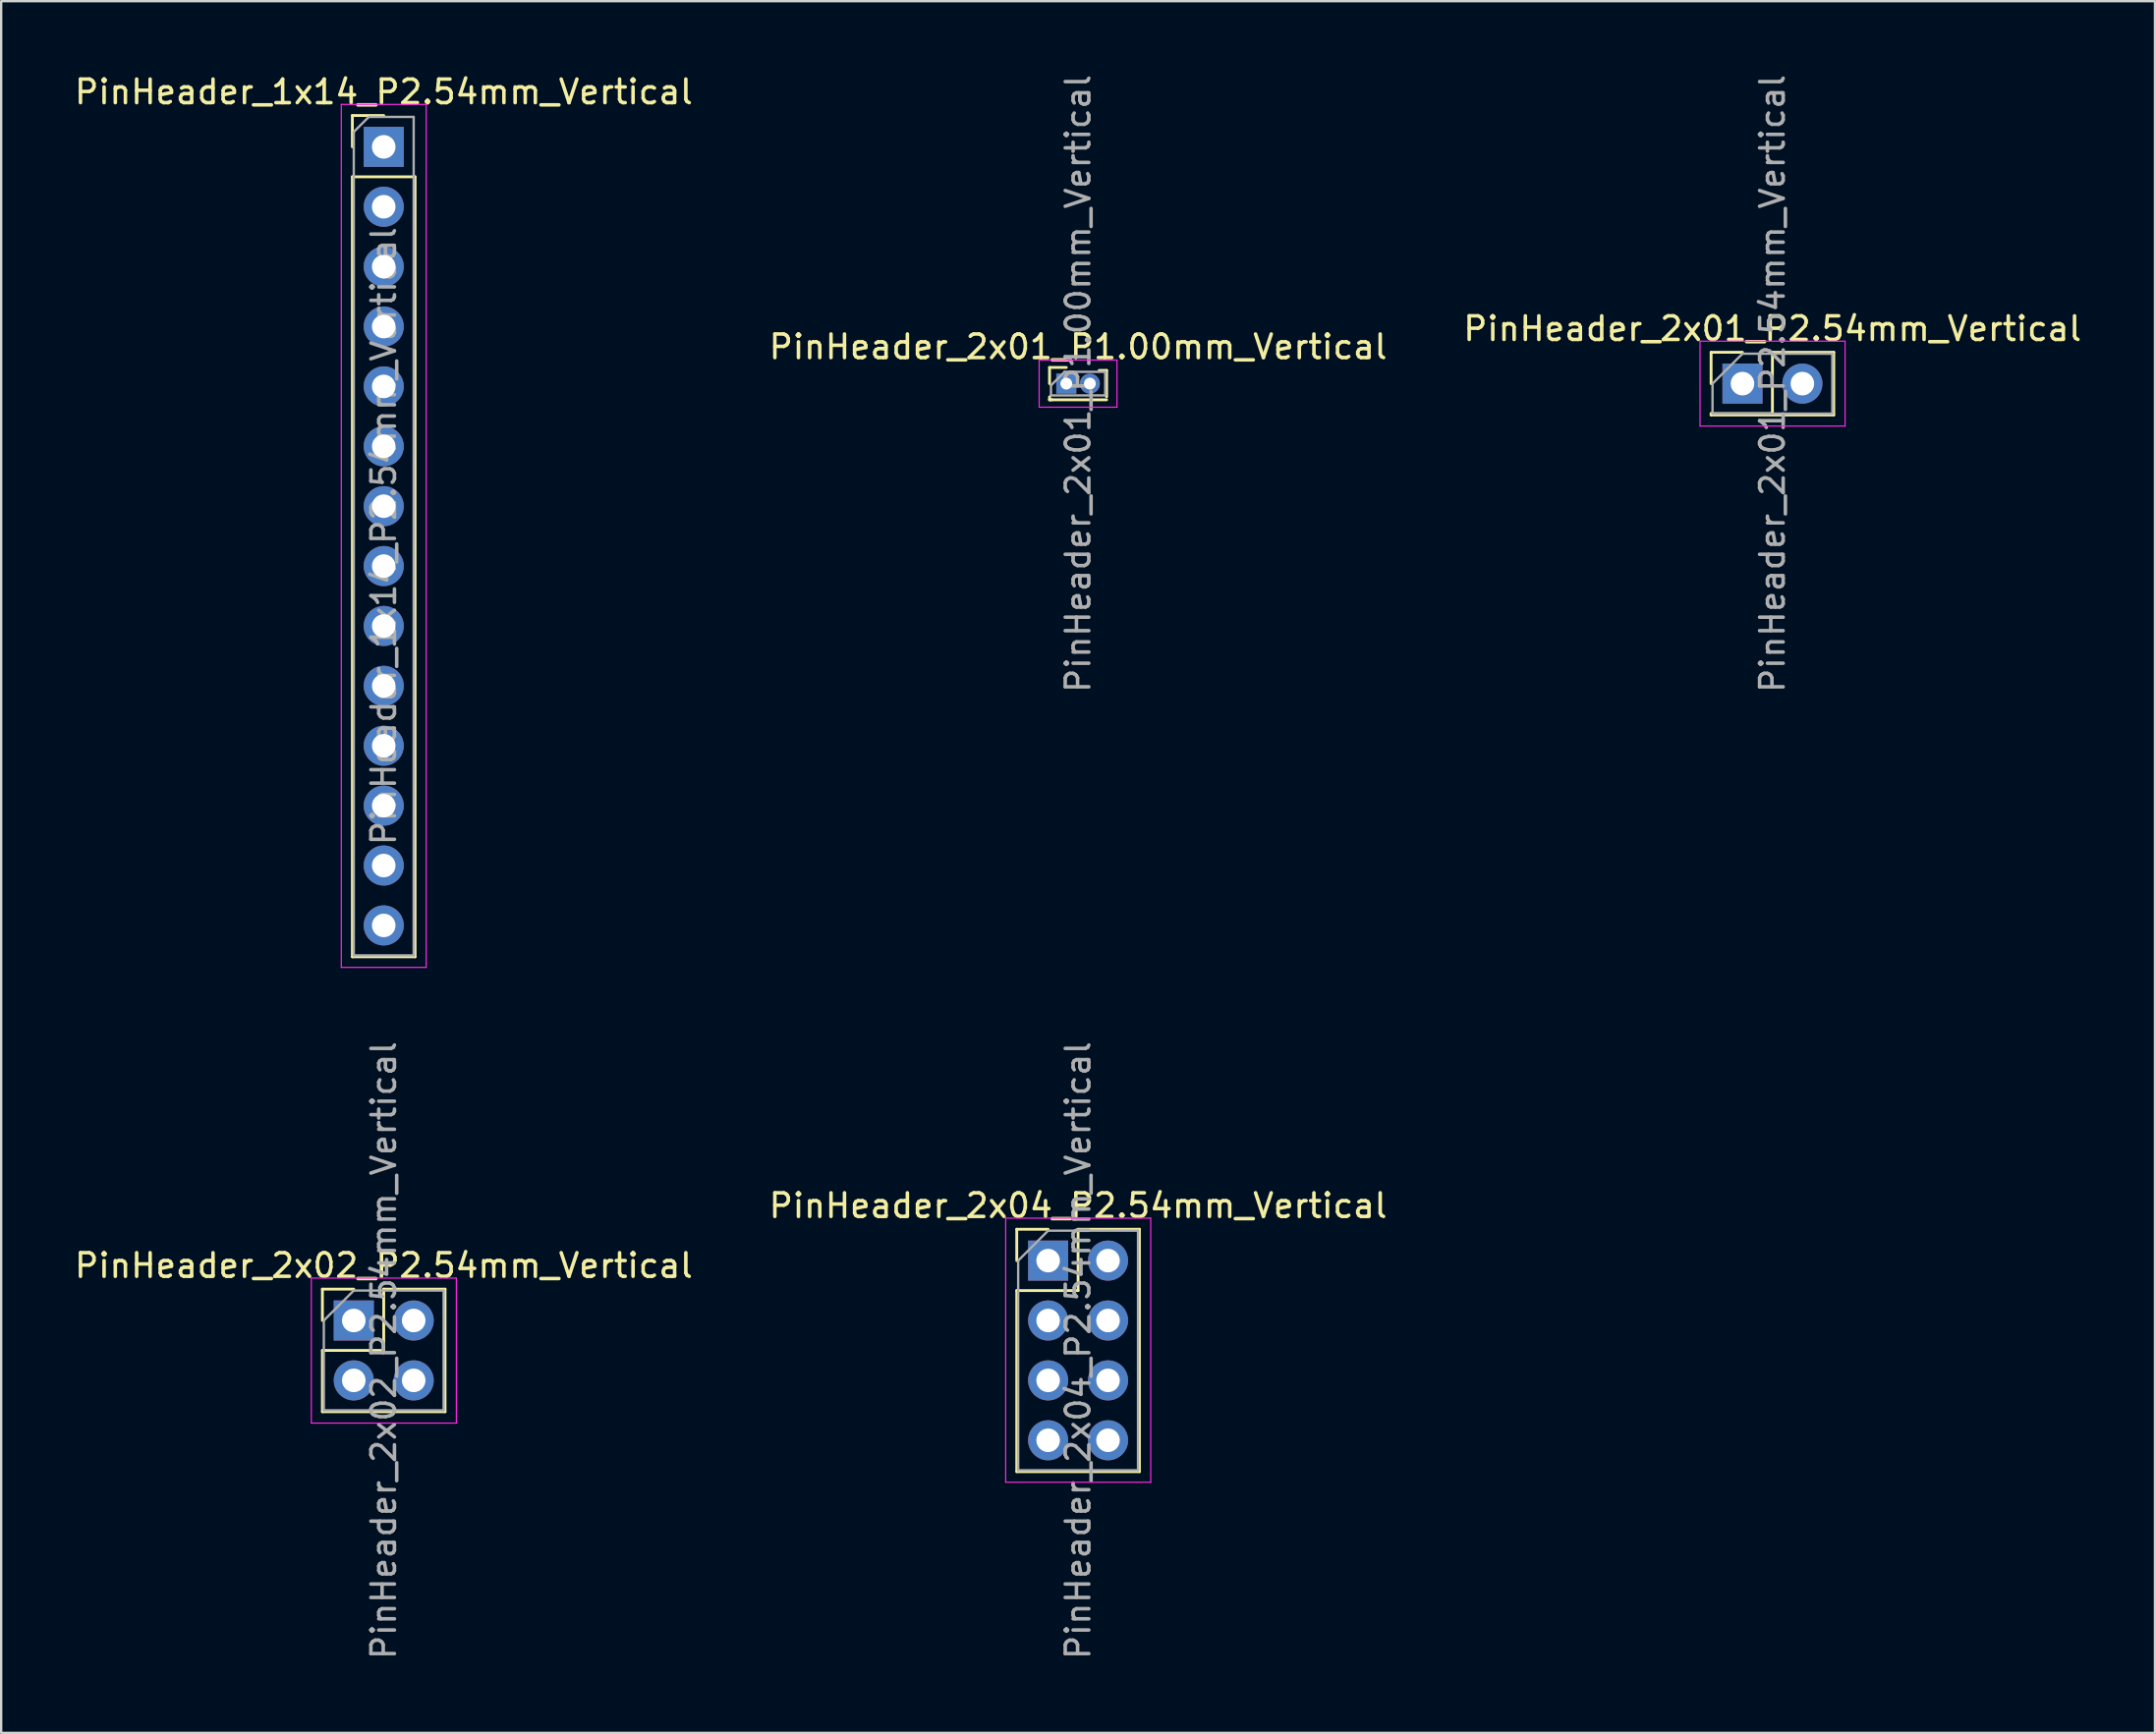
<source format=kicad_pcb>
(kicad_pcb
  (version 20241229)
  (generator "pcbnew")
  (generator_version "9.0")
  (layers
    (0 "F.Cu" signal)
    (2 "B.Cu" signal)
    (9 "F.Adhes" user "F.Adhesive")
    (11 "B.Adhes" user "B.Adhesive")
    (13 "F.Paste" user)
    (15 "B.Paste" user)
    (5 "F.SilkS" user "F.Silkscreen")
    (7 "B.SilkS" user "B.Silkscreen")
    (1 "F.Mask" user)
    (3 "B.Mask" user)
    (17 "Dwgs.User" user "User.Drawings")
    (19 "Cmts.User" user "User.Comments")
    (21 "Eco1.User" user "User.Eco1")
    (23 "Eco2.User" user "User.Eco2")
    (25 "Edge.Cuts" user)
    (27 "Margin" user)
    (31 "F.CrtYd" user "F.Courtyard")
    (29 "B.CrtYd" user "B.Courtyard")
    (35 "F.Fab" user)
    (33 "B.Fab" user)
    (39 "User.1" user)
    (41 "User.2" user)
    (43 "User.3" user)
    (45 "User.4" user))
  (footprint "PinHeader_1x14_P2.54mm_Vertical"
    (layer "F.Cu")
    (at 13.22 3.178)
    (property "Reference" "PinHeader_1x14_P2.54mm_Vertical" (at 0 -2.33 0) (layer "F.SilkS") (effects (font (size 1 1) (thickness 0.15))))
    (attr through_hole)
    (fp_line (start -1.33 -1.33) (end 0 -1.33) (stroke (width 0.12) (type solid)) (layer "F.SilkS"))
    (fp_line (start -1.33 0) (end -1.33 -1.33) (stroke (width 0.12) (type solid)) (layer "F.SilkS"))
    (fp_line (start -1.33 1.27) (end -1.33 34.35) (stroke (width 0.12) (type solid)) (layer "F.SilkS"))
    (fp_line (start -1.33 1.27) (end 1.33 1.27) (stroke (width 0.12) (type solid)) (layer "F.SilkS"))
    (fp_line (start -1.33 34.35) (end 1.33 34.35) (stroke (width 0.12) (type solid)) (layer "F.SilkS"))
    (fp_line (start 1.33 1.27) (end 1.33 34.35) (stroke (width 0.12) (type solid)) (layer "F.SilkS"))
    (fp_line (start -1.8 -1.8) (end -1.8 34.8) (stroke (width 0.05) (type solid)) (layer "F.CrtYd"))
    (fp_line (start -1.8 34.8) (end 1.8 34.8) (stroke (width 0.05) (type solid)) (layer "F.CrtYd"))
    (fp_line (start 1.8 -1.8) (end -1.8 -1.8) (stroke (width 0.05) (type solid)) (layer "F.CrtYd"))
    (fp_line (start 1.8 34.8) (end 1.8 -1.8) (stroke (width 0.05) (type solid)) (layer "F.CrtYd"))
    (fp_line (start -1.27 -0.635) (end -0.635 -1.27) (stroke (width 0.1) (type solid)) (layer "F.Fab"))
    (fp_line (start -1.27 34.29) (end -1.27 -0.635) (stroke (width 0.1) (type solid)) (layer "F.Fab"))
    (fp_line (start -0.635 -1.27) (end 1.27 -1.27) (stroke (width 0.1) (type solid)) (layer "F.Fab"))
    (fp_line (start 1.27 -1.27) (end 1.27 34.29) (stroke (width 0.1) (type solid)) (layer "F.Fab"))
    (fp_line (start 1.27 34.29) (end -1.27 34.29) (stroke (width 0.1) (type solid)) (layer "F.Fab"))
    (fp_text user "${REFERENCE}" (at 0 16.51 90) (layer "F.Fab") (effects (font (size 1 1) (thickness 0.15))))
    (pad "1" thru_hole rect (at 0 0) (size 1.7 1.7) (drill 1) (layers "*.Cu" "*.Mask"))
    (pad "2" thru_hole oval (at 0 2.54) (size 1.7 1.7) (drill 1) (layers "*.Cu" "*.Mask"))
    (pad "3" thru_hole oval (at 0 5.08) (size 1.7 1.7) (drill 1) (layers "*.Cu" "*.Mask"))
    (pad "4" thru_hole oval (at 0 7.62) (size 1.7 1.7) (drill 1) (layers "*.Cu" "*.Mask"))
    (pad "5" thru_hole oval (at 0 10.16) (size 1.7 1.7) (drill 1) (layers "*.Cu" "*.Mask"))
    (pad "6" thru_hole oval (at 0 12.7) (size 1.7 1.7) (drill 1) (layers "*.Cu" "*.Mask"))
    (pad "7" thru_hole oval (at 0 15.24) (size 1.7 1.7) (drill 1) (layers "*.Cu" "*.Mask"))
    (pad "8" thru_hole oval (at 0 17.78) (size 1.7 1.7) (drill 1) (layers "*.Cu" "*.Mask"))
    (pad "9" thru_hole oval (at 0 20.32) (size 1.7 1.7) (drill 1) (layers "*.Cu" "*.Mask"))
    (pad "10" thru_hole oval (at 0 22.86) (size 1.7 1.7) (drill 1) (layers "*.Cu" "*.Mask"))
    (pad "11" thru_hole oval (at 0 25.4) (size 1.7 1.7) (drill 1) (layers "*.Cu" "*.Mask"))
    (pad "12" thru_hole oval (at 0 27.94) (size 1.7 1.7) (drill 1) (layers "*.Cu" "*.Mask"))
    (pad "13" thru_hole oval (at 0 30.48) (size 1.7 1.7) (drill 1) (layers "*.Cu" "*.Mask"))
    (pad "14" thru_hole oval (at 0 33.02) (size 1.7 1.7) (drill 1) (layers "*.Cu" "*.Mask")))
  (footprint "PinHeader_2x04_P2.54mm_Vertical"
    (layer "F.Cu")
    (at 41.391 50.413)
    (property "Reference" "PinHeader_2x04_P2.54mm_Vertical" (at 1.27 -2.33 0) (layer "F.SilkS") (effects (font (size 1 1) (thickness 0.15))))
    (attr through_hole)
    (fp_line (start -1.33 -1.33) (end 0 -1.33) (stroke (width 0.12) (type solid)) (layer "F.SilkS"))
    (fp_line (start -1.33 0) (end -1.33 -1.33) (stroke (width 0.12) (type solid)) (layer "F.SilkS"))
    (fp_line (start -1.33 1.27) (end -1.33 8.95) (stroke (width 0.12) (type solid)) (layer "F.SilkS"))
    (fp_line (start -1.33 1.27) (end 1.27 1.27) (stroke (width 0.12) (type solid)) (layer "F.SilkS"))
    (fp_line (start -1.33 8.95) (end 3.87 8.95) (stroke (width 0.12) (type solid)) (layer "F.SilkS"))
    (fp_line (start 1.27 -1.33) (end 3.87 -1.33) (stroke (width 0.12) (type solid)) (layer "F.SilkS"))
    (fp_line (start 1.27 1.27) (end 1.27 -1.33) (stroke (width 0.12) (type solid)) (layer "F.SilkS"))
    (fp_line (start 3.87 -1.33) (end 3.87 8.95) (stroke (width 0.12) (type solid)) (layer "F.SilkS"))
    (fp_line (start -1.8 -1.8) (end -1.8 9.4) (stroke (width 0.05) (type solid)) (layer "F.CrtYd"))
    (fp_line (start -1.8 9.4) (end 4.35 9.4) (stroke (width 0.05) (type solid)) (layer "F.CrtYd"))
    (fp_line (start 4.35 -1.8) (end -1.8 -1.8) (stroke (width 0.05) (type solid)) (layer "F.CrtYd"))
    (fp_line (start 4.35 9.4) (end 4.35 -1.8) (stroke (width 0.05) (type solid)) (layer "F.CrtYd"))
    (fp_line (start -1.27 0) (end 0 -1.27) (stroke (width 0.1) (type solid)) (layer "F.Fab"))
    (fp_line (start -1.27 8.89) (end -1.27 0) (stroke (width 0.1) (type solid)) (layer "F.Fab"))
    (fp_line (start 0 -1.27) (end 3.81 -1.27) (stroke (width 0.1) (type solid)) (layer "F.Fab"))
    (fp_line (start 3.81 -1.27) (end 3.81 8.89) (stroke (width 0.1) (type solid)) (layer "F.Fab"))
    (fp_line (start 3.81 8.89) (end -1.27 8.89) (stroke (width 0.1) (type solid)) (layer "F.Fab"))
    (fp_text user "${REFERENCE}" (at 1.27 3.81 90) (layer "F.Fab") (effects (font (size 1 1) (thickness 0.15))))
    (pad "1" thru_hole rect (at 0 0) (size 1.7 1.7) (drill 1) (layers "*.Cu" "*.Mask"))
    (pad "2" thru_hole oval (at 2.54 0) (size 1.7 1.7) (drill 1) (layers "*.Cu" "*.Mask"))
    (pad "3" thru_hole oval (at 0 2.54) (size 1.7 1.7) (drill 1) (layers "*.Cu" "*.Mask"))
    (pad "4" thru_hole oval (at 2.54 2.54) (size 1.7 1.7) (drill 1) (layers "*.Cu" "*.Mask"))
    (pad "5" thru_hole oval (at 0 5.08) (size 1.7 1.7) (drill 1) (layers "*.Cu" "*.Mask"))
    (pad "6" thru_hole oval (at 2.54 5.08) (size 1.7 1.7) (drill 1) (layers "*.Cu" "*.Mask"))
    (pad "7" thru_hole oval (at 0 7.62) (size 1.7 1.7) (drill 1) (layers "*.Cu" "*.Mask"))
    (pad "8" thru_hole oval (at 2.54 7.62) (size 1.7 1.7) (drill 1) (layers "*.Cu" "*.Mask")))
  (footprint "PinHeader_2x01_P2.54mm_Vertical"
    (layer "F.Cu")
    (at 70.831 13.22)
    (property "Reference" "PinHeader_2x01_P2.54mm_Vertical" (at 1.27 -2.33 0) (layer "F.SilkS") (effects (font (size 1 1) (thickness 0.15))))
    (attr through_hole)
    (fp_line (start -1.33 -1.33) (end 0 -1.33) (stroke (width 0.12) (type solid)) (layer "F.SilkS"))
    (fp_line (start -1.33 0) (end -1.33 -1.33) (stroke (width 0.12) (type solid)) (layer "F.SilkS"))
    (fp_line (start -1.33 1.27) (end -1.33 1.33) (stroke (width 0.12) (type solid)) (layer "F.SilkS"))
    (fp_line (start -1.33 1.27) (end 1.27 1.27) (stroke (width 0.12) (type solid)) (layer "F.SilkS"))
    (fp_line (start -1.33 1.33) (end 3.87 1.33) (stroke (width 0.12) (type solid)) (layer "F.SilkS"))
    (fp_line (start 1.27 -1.33) (end 3.87 -1.33) (stroke (width 0.12) (type solid)) (layer "F.SilkS"))
    (fp_line (start 1.27 1.27) (end 1.27 -1.33) (stroke (width 0.12) (type solid)) (layer "F.SilkS"))
    (fp_line (start 3.87 -1.33) (end 3.87 1.33) (stroke (width 0.12) (type solid)) (layer "F.SilkS"))
    (fp_line (start -1.8 -1.8) (end -1.8 1.8) (stroke (width 0.05) (type solid)) (layer "F.CrtYd"))
    (fp_line (start -1.8 1.8) (end 4.35 1.8) (stroke (width 0.05) (type solid)) (layer "F.CrtYd"))
    (fp_line (start 4.35 -1.8) (end -1.8 -1.8) (stroke (width 0.05) (type solid)) (layer "F.CrtYd"))
    (fp_line (start 4.35 1.8) (end 4.35 -1.8) (stroke (width 0.05) (type solid)) (layer "F.CrtYd"))
    (fp_line (start -1.27 0) (end 0 -1.27) (stroke (width 0.1) (type solid)) (layer "F.Fab"))
    (fp_line (start -1.27 1.27) (end -1.27 0) (stroke (width 0.1) (type solid)) (layer "F.Fab"))
    (fp_line (start 0 -1.27) (end 3.81 -1.27) (stroke (width 0.1) (type solid)) (layer "F.Fab"))
    (fp_line (start 3.81 -1.27) (end 3.81 1.27) (stroke (width 0.1) (type solid)) (layer "F.Fab"))
    (fp_line (start 3.81 1.27) (end -1.27 1.27) (stroke (width 0.1) (type solid)) (layer "F.Fab"))
    (fp_text user "${REFERENCE}" (at 1.27 0 90) (layer "F.Fab") (effects (font (size 1 1) (thickness 0.15))))
    (pad "1" thru_hole rect (at 0 0) (size 1.7 1.7) (drill 1) (layers "*.Cu" "*.Mask"))
    (pad "2" thru_hole oval (at 2.54 0) (size 1.7 1.7) (drill 1) (layers "*.Cu" "*.Mask")))
  (footprint "PinHeader_2x01_P1.00mm_Vertical"
    (layer "F.Cu")
    (at 42.161 13.22)
    (property "Reference" "PinHeader_2x01_P1.00mm_Vertical" (at 0.5 -1.56 0) (layer "F.SilkS") (effects (font (size 1 1) (thickness 0.15))))
    (attr through_hole)
    (fp_line (start -0.71 -0.685) (end 0 -0.685) (stroke (width 0.12) (type solid)) (layer "F.SilkS"))
    (fp_line (start -0.71 0) (end -0.71 -0.685) (stroke (width 0.12) (type solid)) (layer "F.SilkS"))
    (fp_line (start -0.71 0.685) (end -0.71 0.56) (stroke (width 0.12) (type solid)) (layer "F.SilkS"))
    (fp_line (start -0.71 0.685) (end -0.608 0.685) (stroke (width 0.12) (type solid)) (layer "F.SilkS"))
    (fp_line (start -0.71 0.685) (end 1.71 0.685) (stroke (width 0.12) (type solid)) (layer "F.SilkS"))
    (fp_line (start 1.394 -0.56) (end 1.71 -0.56) (stroke (width 0.12) (type solid)) (layer "F.SilkS"))
    (fp_line (start 1.71 -0.56) (end 1.71 0.56) (stroke (width 0.12) (type solid)) (layer "F.SilkS"))
    (fp_line (start -1.15 -1) (end -1.15 1) (stroke (width 0.05) (type solid)) (layer "F.CrtYd"))
    (fp_line (start -1.15 1) (end 2.15 1) (stroke (width 0.05) (type solid)) (layer "F.CrtYd"))
    (fp_line (start 2.15 -1) (end -1.15 -1) (stroke (width 0.05) (type solid)) (layer "F.CrtYd"))
    (fp_line (start 2.15 1) (end 2.15 -1) (stroke (width 0.05) (type solid)) (layer "F.CrtYd"))
    (fp_line (start -0.65 0.075) (end -0.075 -0.5) (stroke (width 0.1) (type solid)) (layer "F.Fab"))
    (fp_line (start -0.65 0.5) (end -0.65 0.075) (stroke (width 0.1) (type solid)) (layer "F.Fab"))
    (fp_line (start -0.075 -0.5) (end 1.65 -0.5) (stroke (width 0.1) (type solid)) (layer "F.Fab"))
    (fp_line (start 1.65 -0.5) (end 1.65 0.5) (stroke (width 0.1) (type solid)) (layer "F.Fab"))
    (fp_line (start 1.65 0.5) (end -0.65 0.5) (stroke (width 0.1) (type solid)) (layer "F.Fab"))
    (fp_text user "${REFERENCE}" (at 0.5 0 90) (layer "F.Fab") (effects (font (size 1 1) (thickness 0.15))))
    (pad "1" thru_hole rect (at 0 0) (size 0.85 0.85) (drill 0.5) (layers "*.Cu" "*.Mask"))
    (pad "2" thru_hole oval (at 1 0) (size 0.85 0.85) (drill 0.5) (layers "*.Cu" "*.Mask")))
  (footprint "PinHeader_2x02_P2.54mm_Vertical"
    (layer "F.Cu")
    (at 11.95 52.953)
    (property "Reference" "PinHeader_2x02_P2.54mm_Vertical" (at 1.27 -2.33 0) (layer "F.SilkS") (effects (font (size 1 1) (thickness 0.15))))
    (attr through_hole)
    (fp_line (start -1.33 -1.33) (end 0 -1.33) (stroke (width 0.12) (type solid)) (layer "F.SilkS"))
    (fp_line (start -1.33 0) (end -1.33 -1.33) (stroke (width 0.12) (type solid)) (layer "F.SilkS"))
    (fp_line (start -1.33 1.27) (end -1.33 3.87) (stroke (width 0.12) (type solid)) (layer "F.SilkS"))
    (fp_line (start -1.33 1.27) (end 1.27 1.27) (stroke (width 0.12) (type solid)) (layer "F.SilkS"))
    (fp_line (start -1.33 3.87) (end 3.87 3.87) (stroke (width 0.12) (type solid)) (layer "F.SilkS"))
    (fp_line (start 1.27 -1.33) (end 3.87 -1.33) (stroke (width 0.12) (type solid)) (layer "F.SilkS"))
    (fp_line (start 1.27 1.27) (end 1.27 -1.33) (stroke (width 0.12) (type solid)) (layer "F.SilkS"))
    (fp_line (start 3.87 -1.33) (end 3.87 3.87) (stroke (width 0.12) (type solid)) (layer "F.SilkS"))
    (fp_line (start -1.8 -1.8) (end -1.8 4.35) (stroke (width 0.05) (type solid)) (layer "F.CrtYd"))
    (fp_line (start -1.8 4.35) (end 4.35 4.35) (stroke (width 0.05) (type solid)) (layer "F.CrtYd"))
    (fp_line (start 4.35 -1.8) (end -1.8 -1.8) (stroke (width 0.05) (type solid)) (layer "F.CrtYd"))
    (fp_line (start 4.35 4.35) (end 4.35 -1.8) (stroke (width 0.05) (type solid)) (layer "F.CrtYd"))
    (fp_line (start -1.27 0) (end 0 -1.27) (stroke (width 0.1) (type solid)) (layer "F.Fab"))
    (fp_line (start -1.27 3.81) (end -1.27 0) (stroke (width 0.1) (type solid)) (layer "F.Fab"))
    (fp_line (start 0 -1.27) (end 3.81 -1.27) (stroke (width 0.1) (type solid)) (layer "F.Fab"))
    (fp_line (start 3.81 -1.27) (end 3.81 3.81) (stroke (width 0.1) (type solid)) (layer "F.Fab"))
    (fp_line (start 3.81 3.81) (end -1.27 3.81) (stroke (width 0.1) (type solid)) (layer "F.Fab"))
    (fp_text user "${REFERENCE}" (at 1.27 1.27 90) (layer "F.Fab") (effects (font (size 1 1) (thickness 0.15))))
    (pad "1" thru_hole rect (at 0 0) (size 1.7 1.7) (drill 1) (layers "*.Cu" "*.Mask"))
    (pad "2" thru_hole oval (at 2.54 0) (size 1.7 1.7) (drill 1) (layers "*.Cu" "*.Mask"))
    (pad "3" thru_hole oval (at 0 2.54) (size 1.7 1.7) (drill 1) (layers "*.Cu" "*.Mask"))
    (pad "4" thru_hole oval (at 2.54 2.54) (size 1.7 1.7) (drill 1) (layers "*.Cu" "*.Mask")))
  (gr_rect
    (start -3 -3)
    (end 88.321 70.444)
    (stroke (width 0.1) (type default))
    (fill no)
    (layer "Edge.Cuts")))
</source>
